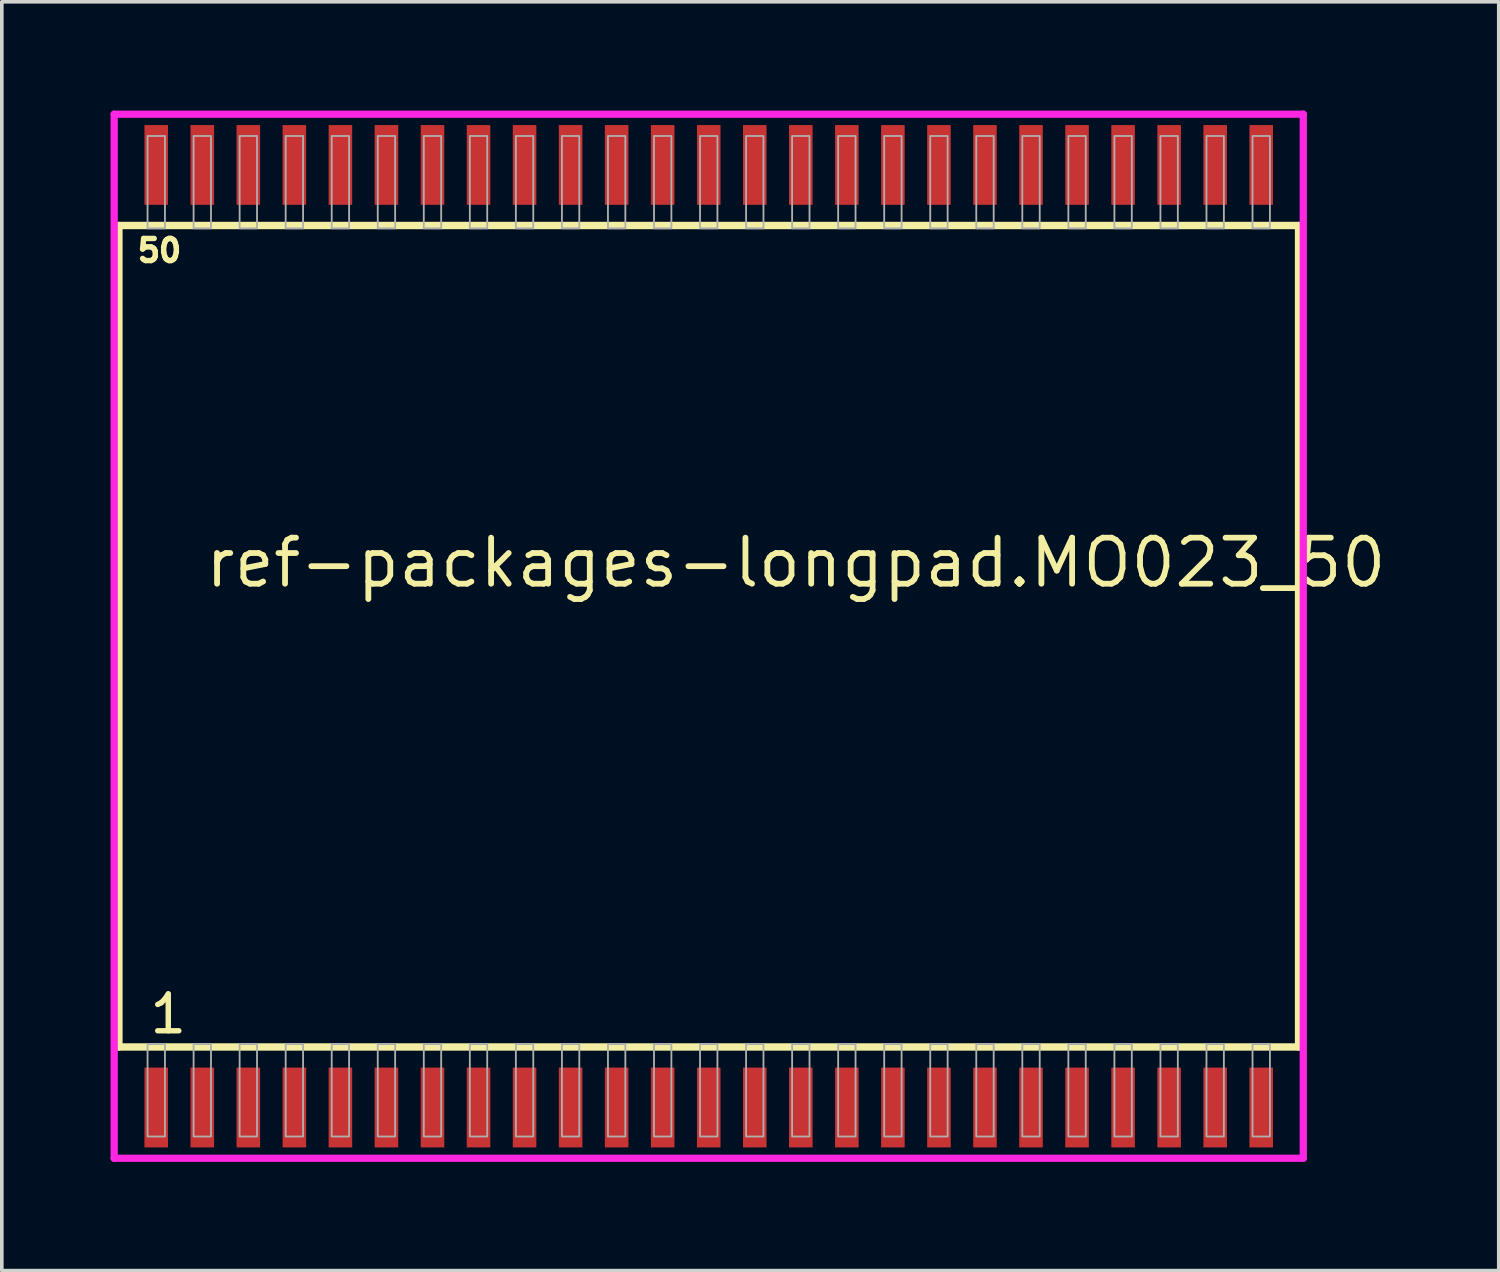
<source format=kicad_pcb>
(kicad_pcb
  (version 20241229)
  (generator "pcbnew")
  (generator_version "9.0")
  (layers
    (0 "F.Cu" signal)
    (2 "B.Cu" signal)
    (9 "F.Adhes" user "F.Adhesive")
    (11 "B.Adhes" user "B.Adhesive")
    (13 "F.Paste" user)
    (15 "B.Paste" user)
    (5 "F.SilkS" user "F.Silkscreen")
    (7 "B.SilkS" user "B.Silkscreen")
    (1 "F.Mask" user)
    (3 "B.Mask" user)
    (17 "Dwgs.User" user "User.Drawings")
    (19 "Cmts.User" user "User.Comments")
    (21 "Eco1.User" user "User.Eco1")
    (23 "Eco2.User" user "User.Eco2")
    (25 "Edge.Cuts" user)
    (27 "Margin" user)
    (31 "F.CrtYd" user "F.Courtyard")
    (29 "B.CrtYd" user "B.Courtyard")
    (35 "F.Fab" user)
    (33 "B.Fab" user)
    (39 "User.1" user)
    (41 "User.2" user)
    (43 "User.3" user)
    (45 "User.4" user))
  (footprint "ref-packages-longpad.MO023_50"
    (layer "F.Cu")
    (at 16.5 14.5)
    (property "Reference" "ref-packages-longpad.MO023_50" (at -13.97 -1.285 0) (layer "F.SilkS") (effects (font (size 1.27 1.27) (thickness 0.16)) (justify left bottom)))
    (attr smd)
    (fp_line (start -16.27 -11.33) (end 16.27 -11.33) (stroke (width 0.203) (type default)) (layer "F.SilkS"))
    (fp_line (start -16.27 11.33) (end -16.27 -11.33) (stroke (width 0.203) (type default)) (layer "F.SilkS"))
    (fp_line (start 16.27 -11.33) (end 16.27 11.33) (stroke (width 0.203) (type default)) (layer "F.SilkS"))
    (fp_line (start 16.27 11.33) (end -16.27 11.33) (stroke (width 0.203) (type default)) (layer "F.SilkS"))
    (fp_line (start -16.4 -14.4) (end 16.4 -14.4) (stroke (width 0.2) (type default)) (layer "F.CrtYd"))
    (fp_line (start -16.4 14.4) (end -16.4 -14.4) (stroke (width 0.2) (type default)) (layer "F.CrtYd"))
    (fp_line (start 16.4 -14.4) (end 16.4 14.4) (stroke (width 0.2) (type default)) (layer "F.CrtYd"))
    (fp_line (start 16.4 14.4) (end -16.4 14.4) (stroke (width 0.2) (type default)) (layer "F.CrtYd"))
    (fp_rect (start -15.48 -11.25) (end -15 -13.8) (stroke (width 0.05) (type default)) (fill no) (layer "F.Fab"))
    (fp_rect (start -15.48 13.8) (end -15 11.25) (stroke (width 0.05) (type default)) (fill no) (layer "F.Fab"))
    (fp_rect (start -14.21 -11.25) (end -13.73 -13.8) (stroke (width 0.05) (type default)) (fill no) (layer "F.Fab"))
    (fp_rect (start -14.21 13.8) (end -13.73 11.25) (stroke (width 0.05) (type default)) (fill no) (layer "F.Fab"))
    (fp_rect (start -12.94 -11.25) (end -12.46 -13.8) (stroke (width 0.05) (type default)) (fill no) (layer "F.Fab"))
    (fp_rect (start -12.94 13.8) (end -12.46 11.25) (stroke (width 0.05) (type default)) (fill no) (layer "F.Fab"))
    (fp_rect (start -11.67 -11.25) (end -11.19 -13.8) (stroke (width 0.05) (type default)) (fill no) (layer "F.Fab"))
    (fp_rect (start -11.67 13.8) (end -11.19 11.25) (stroke (width 0.05) (type default)) (fill no) (layer "F.Fab"))
    (fp_rect (start -10.4 -11.25) (end -9.92 -13.8) (stroke (width 0.05) (type default)) (fill no) (layer "F.Fab"))
    (fp_rect (start -10.4 13.8) (end -9.92 11.25) (stroke (width 0.05) (type default)) (fill no) (layer "F.Fab"))
    (fp_rect (start -9.13 -11.25) (end -8.65 -13.8) (stroke (width 0.05) (type default)) (fill no) (layer "F.Fab"))
    (fp_rect (start -9.13 13.8) (end -8.65 11.25) (stroke (width 0.05) (type default)) (fill no) (layer "F.Fab"))
    (fp_rect (start -7.86 -11.25) (end -7.38 -13.8) (stroke (width 0.05) (type default)) (fill no) (layer "F.Fab"))
    (fp_rect (start -7.86 13.8) (end -7.38 11.25) (stroke (width 0.05) (type default)) (fill no) (layer "F.Fab"))
    (fp_rect (start -6.59 -11.25) (end -6.11 -13.8) (stroke (width 0.05) (type default)) (fill no) (layer "F.Fab"))
    (fp_rect (start -6.59 13.8) (end -6.11 11.25) (stroke (width 0.05) (type default)) (fill no) (layer "F.Fab"))
    (fp_rect (start -5.32 -11.25) (end -4.84 -13.8) (stroke (width 0.05) (type default)) (fill no) (layer "F.Fab"))
    (fp_rect (start -5.32 13.8) (end -4.84 11.25) (stroke (width 0.05) (type default)) (fill no) (layer "F.Fab"))
    (fp_rect (start -4.05 -11.25) (end -3.57 -13.8) (stroke (width 0.05) (type default)) (fill no) (layer "F.Fab"))
    (fp_rect (start -4.05 13.8) (end -3.57 11.25) (stroke (width 0.05) (type default)) (fill no) (layer "F.Fab"))
    (fp_rect (start -2.78 -11.25) (end -2.3 -13.8) (stroke (width 0.05) (type default)) (fill no) (layer "F.Fab"))
    (fp_rect (start -2.78 13.8) (end -2.3 11.25) (stroke (width 0.05) (type default)) (fill no) (layer "F.Fab"))
    (fp_rect (start -1.51 -11.25) (end -1.03 -13.8) (stroke (width 0.05) (type default)) (fill no) (layer "F.Fab"))
    (fp_rect (start -1.51 13.8) (end -1.03 11.25) (stroke (width 0.05) (type default)) (fill no) (layer "F.Fab"))
    (fp_rect (start -0.24 -11.25) (end 0.24 -13.8) (stroke (width 0.05) (type default)) (fill no) (layer "F.Fab"))
    (fp_rect (start -0.24 13.8) (end 0.24 11.25) (stroke (width 0.05) (type default)) (fill no) (layer "F.Fab"))
    (fp_rect (start 1.03 -11.25) (end 1.51 -13.8) (stroke (width 0.05) (type default)) (fill no) (layer "F.Fab"))
    (fp_rect (start 1.03 13.8) (end 1.51 11.25) (stroke (width 0.05) (type default)) (fill no) (layer "F.Fab"))
    (fp_rect (start 2.3 -11.25) (end 2.78 -13.8) (stroke (width 0.05) (type default)) (fill no) (layer "F.Fab"))
    (fp_rect (start 2.3 13.8) (end 2.78 11.25) (stroke (width 0.05) (type default)) (fill no) (layer "F.Fab"))
    (fp_rect (start 3.57 -11.25) (end 4.05 -13.8) (stroke (width 0.05) (type default)) (fill no) (layer "F.Fab"))
    (fp_rect (start 3.57 13.8) (end 4.05 11.25) (stroke (width 0.05) (type default)) (fill no) (layer "F.Fab"))
    (fp_rect (start 4.84 -11.25) (end 5.32 -13.8) (stroke (width 0.05) (type default)) (fill no) (layer "F.Fab"))
    (fp_rect (start 4.84 13.8) (end 5.32 11.25) (stroke (width 0.05) (type default)) (fill no) (layer "F.Fab"))
    (fp_rect (start 6.11 -11.25) (end 6.59 -13.8) (stroke (width 0.05) (type default)) (fill no) (layer "F.Fab"))
    (fp_rect (start 6.11 13.8) (end 6.59 11.25) (stroke (width 0.05) (type default)) (fill no) (layer "F.Fab"))
    (fp_rect (start 7.38 -11.25) (end 7.86 -13.8) (stroke (width 0.05) (type default)) (fill no) (layer "F.Fab"))
    (fp_rect (start 7.38 13.8) (end 7.86 11.25) (stroke (width 0.05) (type default)) (fill no) (layer "F.Fab"))
    (fp_rect (start 8.65 -11.25) (end 9.13 -13.8) (stroke (width 0.05) (type default)) (fill no) (layer "F.Fab"))
    (fp_rect (start 8.65 13.8) (end 9.13 11.25) (stroke (width 0.05) (type default)) (fill no) (layer "F.Fab"))
    (fp_rect (start 9.92 -11.25) (end 10.4 -13.8) (stroke (width 0.05) (type default)) (fill no) (layer "F.Fab"))
    (fp_rect (start 9.92 13.8) (end 10.4 11.25) (stroke (width 0.05) (type default)) (fill no) (layer "F.Fab"))
    (fp_rect (start 11.19 -11.25) (end 11.67 -13.8) (stroke (width 0.05) (type default)) (fill no) (layer "F.Fab"))
    (fp_rect (start 11.19 13.8) (end 11.67 11.25) (stroke (width 0.05) (type default)) (fill no) (layer "F.Fab"))
    (fp_rect (start 12.46 -11.25) (end 12.94 -13.8) (stroke (width 0.05) (type default)) (fill no) (layer "F.Fab"))
    (fp_rect (start 12.46 13.8) (end 12.94 11.25) (stroke (width 0.05) (type default)) (fill no) (layer "F.Fab"))
    (fp_rect (start 13.73 -11.25) (end 14.21 -13.8) (stroke (width 0.05) (type default)) (fill no) (layer "F.Fab"))
    (fp_rect (start 13.73 13.8) (end 14.21 11.25) (stroke (width 0.05) (type default)) (fill no) (layer "F.Fab"))
    (fp_rect (start 15 -11.25) (end 15.48 -13.8) (stroke (width 0.05) (type default)) (fill no) (layer "F.Fab"))
    (fp_rect (start 15 13.8) (end 15.48 11.25) (stroke (width 0.05) (type default)) (fill no) (layer "F.Fab"))
    (fp_text user "50" (at -15.831 -10.28 0) (layer "F.SilkS") (effects (font (size 0.61 0.61) (thickness 0.15)) (justify left bottom)))
    (fp_text user "1" (at -15.491 11.015 0) (layer "F.SilkS") (effects (font (size 1.016 1.016) (thickness 0.15)) (justify left bottom)))
    (pad "1" smd roundrect (at -15.24 13) (size 0.65 2.2) (layers "F.Cu" "F.Mask" "F.Paste") (roundrect_rratio 0.01))
    (pad "2" smd roundrect (at -13.97 13) (size 0.65 2.2) (layers "F.Cu" "F.Mask" "F.Paste") (roundrect_rratio 0.01))
    (pad "3" smd roundrect (at -12.7 13) (size 0.65 2.2) (layers "F.Cu" "F.Mask" "F.Paste") (roundrect_rratio 0.01))
    (pad "4" smd roundrect (at -11.43 13) (size 0.65 2.2) (layers "F.Cu" "F.Mask" "F.Paste") (roundrect_rratio 0.01))
    (pad "5" smd roundrect (at -10.16 13) (size 0.65 2.2) (layers "F.Cu" "F.Mask" "F.Paste") (roundrect_rratio 0.01))
    (pad "6" smd roundrect (at -8.89 13) (size 0.65 2.2) (layers "F.Cu" "F.Mask" "F.Paste") (roundrect_rratio 0.01))
    (pad "7" smd roundrect (at -7.62 13) (size 0.65 2.2) (layers "F.Cu" "F.Mask" "F.Paste") (roundrect_rratio 0.01))
    (pad "8" smd roundrect (at -6.35 13) (size 0.65 2.2) (layers "F.Cu" "F.Mask" "F.Paste") (roundrect_rratio 0.01))
    (pad "9" smd roundrect (at -5.08 13) (size 0.65 2.2) (layers "F.Cu" "F.Mask" "F.Paste") (roundrect_rratio 0.01))
    (pad "10" smd roundrect (at -3.81 13) (size 0.65 2.2) (layers "F.Cu" "F.Mask" "F.Paste") (roundrect_rratio 0.01))
    (pad "11" smd roundrect (at -2.54 13) (size 0.65 2.2) (layers "F.Cu" "F.Mask" "F.Paste") (roundrect_rratio 0.01))
    (pad "12" smd roundrect (at -1.27 13) (size 0.65 2.2) (layers "F.Cu" "F.Mask" "F.Paste") (roundrect_rratio 0.01))
    (pad "13" smd roundrect (at 0 13) (size 0.65 2.2) (layers "F.Cu" "F.Mask" "F.Paste") (roundrect_rratio 0.01))
    (pad "14" smd roundrect (at 1.27 13) (size 0.65 2.2) (layers "F.Cu" "F.Mask" "F.Paste") (roundrect_rratio 0.01))
    (pad "15" smd roundrect (at 2.54 13) (size 0.65 2.2) (layers "F.Cu" "F.Mask" "F.Paste") (roundrect_rratio 0.01))
    (pad "16" smd roundrect (at 3.81 13) (size 0.65 2.2) (layers "F.Cu" "F.Mask" "F.Paste") (roundrect_rratio 0.01))
    (pad "17" smd roundrect (at 5.08 13) (size 0.65 2.2) (layers "F.Cu" "F.Mask" "F.Paste") (roundrect_rratio 0.01))
    (pad "18" smd roundrect (at 6.35 13) (size 0.65 2.2) (layers "F.Cu" "F.Mask" "F.Paste") (roundrect_rratio 0.01))
    (pad "19" smd roundrect (at 7.62 13) (size 0.65 2.2) (layers "F.Cu" "F.Mask" "F.Paste") (roundrect_rratio 0.01))
    (pad "20" smd roundrect (at 8.89 13) (size 0.65 2.2) (layers "F.Cu" "F.Mask" "F.Paste") (roundrect_rratio 0.01))
    (pad "21" smd roundrect (at 10.16 13) (size 0.65 2.2) (layers "F.Cu" "F.Mask" "F.Paste") (roundrect_rratio 0.01))
    (pad "22" smd roundrect (at 11.43 13) (size 0.65 2.2) (layers "F.Cu" "F.Mask" "F.Paste") (roundrect_rratio 0.01))
    (pad "23" smd roundrect (at 12.7 13) (size 0.65 2.2) (layers "F.Cu" "F.Mask" "F.Paste") (roundrect_rratio 0.01))
    (pad "24" smd roundrect (at 13.97 13) (size 0.65 2.2) (layers "F.Cu" "F.Mask" "F.Paste") (roundrect_rratio 0.01))
    (pad "25" smd roundrect (at 15.24 13) (size 0.65 2.2) (layers "F.Cu" "F.Mask" "F.Paste") (roundrect_rratio 0.01))
    (pad "26" smd roundrect (at 15.24 -13) (size 0.65 2.2) (layers "F.Cu" "F.Mask" "F.Paste") (roundrect_rratio 0.01))
    (pad "27" smd roundrect (at 13.97 -13) (size 0.65 2.2) (layers "F.Cu" "F.Mask" "F.Paste") (roundrect_rratio 0.01))
    (pad "28" smd roundrect (at 12.7 -13) (size 0.65 2.2) (layers "F.Cu" "F.Mask" "F.Paste") (roundrect_rratio 0.01))
    (pad "29" smd roundrect (at 11.43 -13) (size 0.65 2.2) (layers "F.Cu" "F.Mask" "F.Paste") (roundrect_rratio 0.01))
    (pad "30" smd roundrect (at 10.16 -13) (size 0.65 2.2) (layers "F.Cu" "F.Mask" "F.Paste") (roundrect_rratio 0.01))
    (pad "31" smd roundrect (at 8.89 -13) (size 0.65 2.2) (layers "F.Cu" "F.Mask" "F.Paste") (roundrect_rratio 0.01))
    (pad "32" smd roundrect (at 7.62 -13) (size 0.65 2.2) (layers "F.Cu" "F.Mask" "F.Paste") (roundrect_rratio 0.01))
    (pad "33" smd roundrect (at 6.35 -13) (size 0.65 2.2) (layers "F.Cu" "F.Mask" "F.Paste") (roundrect_rratio 0.01))
    (pad "34" smd roundrect (at 5.08 -13) (size 0.65 2.2) (layers "F.Cu" "F.Mask" "F.Paste") (roundrect_rratio 0.01))
    (pad "35" smd roundrect (at 3.81 -13) (size 0.65 2.2) (layers "F.Cu" "F.Mask" "F.Paste") (roundrect_rratio 0.01))
    (pad "36" smd roundrect (at 2.54 -13) (size 0.65 2.2) (layers "F.Cu" "F.Mask" "F.Paste") (roundrect_rratio 0.01))
    (pad "37" smd roundrect (at 1.27 -13) (size 0.65 2.2) (layers "F.Cu" "F.Mask" "F.Paste") (roundrect_rratio 0.01))
    (pad "38" smd roundrect (at 0 -13) (size 0.65 2.2) (layers "F.Cu" "F.Mask" "F.Paste") (roundrect_rratio 0.01))
    (pad "39" smd roundrect (at -1.27 -13) (size 0.65 2.2) (layers "F.Cu" "F.Mask" "F.Paste") (roundrect_rratio 0.01))
    (pad "40" smd roundrect (at -2.54 -13) (size 0.65 2.2) (layers "F.Cu" "F.Mask" "F.Paste") (roundrect_rratio 0.01))
    (pad "41" smd roundrect (at -3.81 -13) (size 0.65 2.2) (layers "F.Cu" "F.Mask" "F.Paste") (roundrect_rratio 0.01))
    (pad "42" smd roundrect (at -5.08 -13) (size 0.65 2.2) (layers "F.Cu" "F.Mask" "F.Paste") (roundrect_rratio 0.01))
    (pad "43" smd roundrect (at -6.35 -13) (size 0.65 2.2) (layers "F.Cu" "F.Mask" "F.Paste") (roundrect_rratio 0.01))
    (pad "44" smd roundrect (at -7.62 -13) (size 0.65 2.2) (layers "F.Cu" "F.Mask" "F.Paste") (roundrect_rratio 0.01))
    (pad "45" smd roundrect (at -8.89 -13) (size 0.65 2.2) (layers "F.Cu" "F.Mask" "F.Paste") (roundrect_rratio 0.01))
    (pad "46" smd roundrect (at -10.16 -13) (size 0.65 2.2) (layers "F.Cu" "F.Mask" "F.Paste") (roundrect_rratio 0.01))
    (pad "47" smd roundrect (at -11.43 -13) (size 0.65 2.2) (layers "F.Cu" "F.Mask" "F.Paste") (roundrect_rratio 0.01))
    (pad "48" smd roundrect (at -12.7 -13) (size 0.65 2.2) (layers "F.Cu" "F.Mask" "F.Paste") (roundrect_rratio 0.01))
    (pad "49" smd roundrect (at -13.97 -13) (size 0.65 2.2) (layers "F.Cu" "F.Mask" "F.Paste") (roundrect_rratio 0.01))
    (pad "50" smd roundrect (at -15.24 -13) (size 0.65 2.2) (layers "F.Cu" "F.Mask" "F.Paste") (roundrect_rratio 0.01)))
  (gr_rect
    (start -3 -3)
    (end 38.292 32)
    (stroke (width 0.1) (type default))
    (fill no)
    (layer "Edge.Cuts")))
</source>
